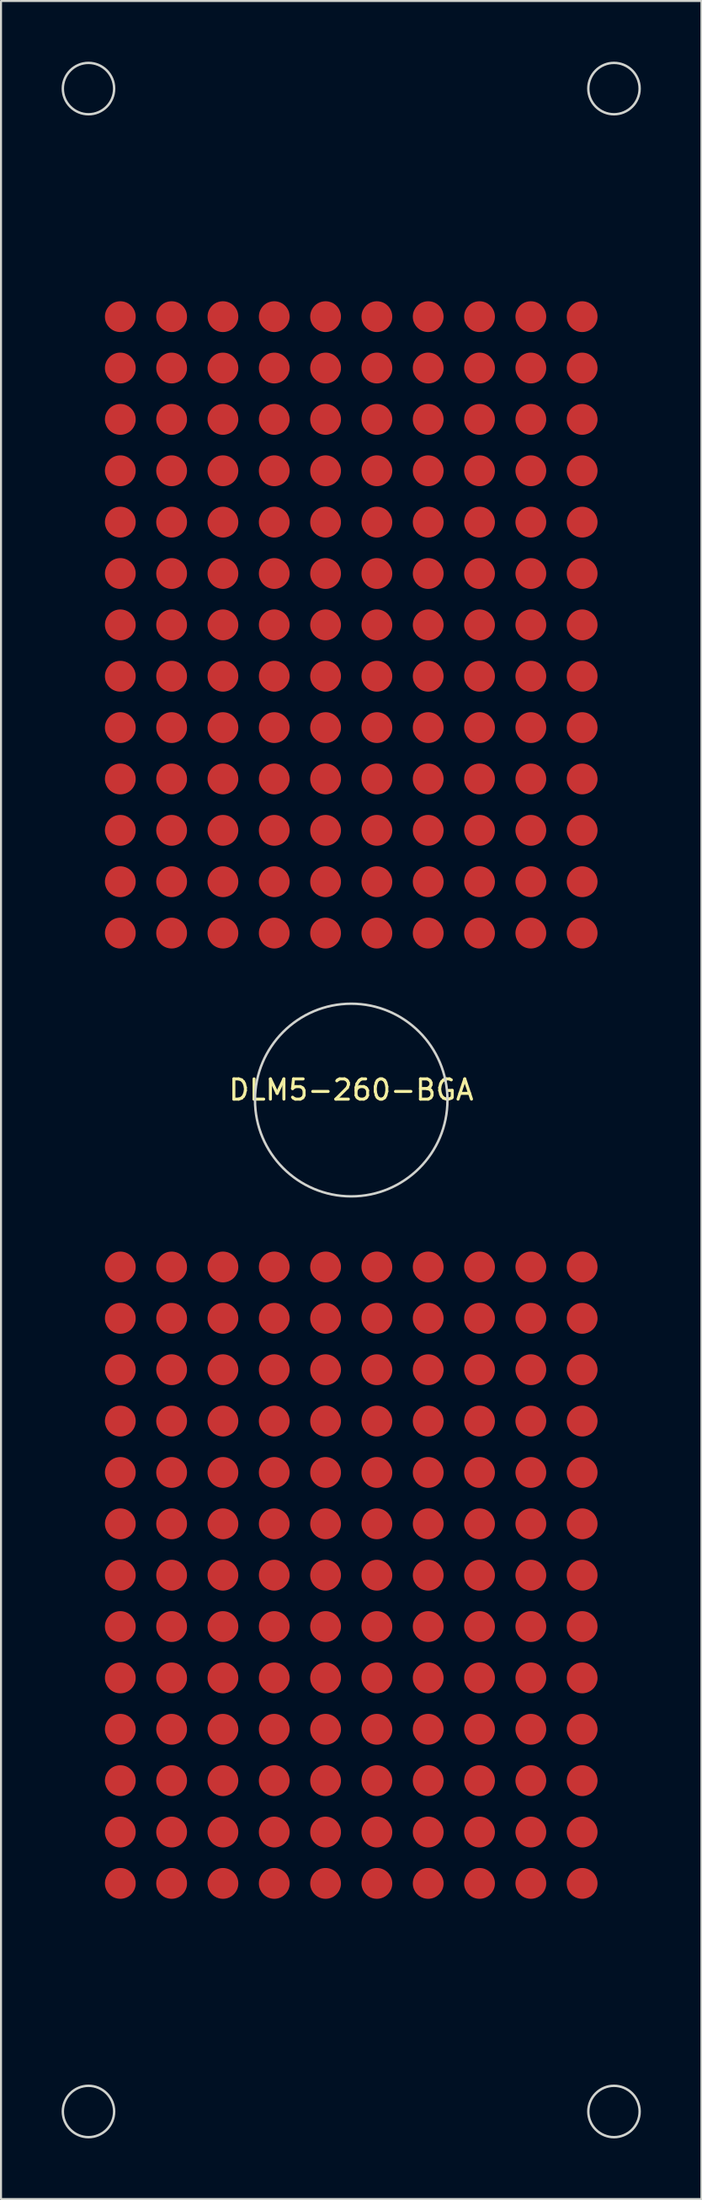
<source format=kicad_pcb>
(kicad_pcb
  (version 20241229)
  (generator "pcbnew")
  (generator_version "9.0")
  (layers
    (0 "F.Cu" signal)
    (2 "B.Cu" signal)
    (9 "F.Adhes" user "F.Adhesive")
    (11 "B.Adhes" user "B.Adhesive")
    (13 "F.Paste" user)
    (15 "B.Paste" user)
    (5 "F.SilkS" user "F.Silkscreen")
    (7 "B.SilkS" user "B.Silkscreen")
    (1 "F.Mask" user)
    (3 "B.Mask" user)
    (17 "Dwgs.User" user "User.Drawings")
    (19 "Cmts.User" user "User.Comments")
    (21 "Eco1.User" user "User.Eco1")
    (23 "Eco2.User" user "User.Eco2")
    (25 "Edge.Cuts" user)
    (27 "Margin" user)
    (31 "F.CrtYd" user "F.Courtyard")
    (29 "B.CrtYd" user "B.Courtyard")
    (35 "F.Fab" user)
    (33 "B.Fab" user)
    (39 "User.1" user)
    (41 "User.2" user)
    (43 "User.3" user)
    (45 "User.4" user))
  (footprint "DLM5-260-BGA"
    (layer "F.Cu")
    (at 14.335 51.343)
    (property "Reference" "DLM5-260-BGA" (at 0 -0.5 0) (unlocked yes) (layer "F.SilkS") (effects (font (size 1 1) (thickness 0.15))))
    (attr through_hole)
    (fp_circle (center -13.005 -50.013) (end -11.735 -50.013) (stroke (width 0.12) (type solid)) (fill no) (layer "Edge.Cuts"))
    (fp_circle (center -13.005 50.013) (end -11.735 50.013) (stroke (width 0.12) (type solid)) (fill no) (layer "Edge.Cuts"))
    (fp_circle (center 0 0) (end 4.763 0) (stroke (width 0.12) (type solid)) (fill no) (layer "Edge.Cuts"))
    (fp_circle (center 13.005 -50.013) (end 14.275 -50.013) (stroke (width 0.12) (type solid)) (fill no) (layer "Edge.Cuts"))
    (fp_circle (center 13.005 50.013) (end 14.275 50.013) (stroke (width 0.12) (type solid)) (fill no) (layer "Edge.Cuts"))
    (pad "1" smd circle (at -11.43 -38.735) (size 1.524 1.524) (layers "F.Cu" "F.Mask" "F.Paste"))
    (pad "2" smd circle (at -8.89 -38.735) (size 1.524 1.524) (layers "F.Cu" "F.Mask" "F.Paste"))
    (pad "3" smd circle (at -6.35 -38.735) (size 1.524 1.524) (layers "F.Cu" "F.Mask" "F.Paste"))
    (pad "4" smd circle (at -3.81 -38.735) (size 1.524 1.524) (layers "F.Cu" "F.Mask" "F.Paste"))
    (pad "5" smd circle (at -1.27 -38.735) (size 1.524 1.524) (layers "F.Cu" "F.Mask" "F.Paste"))
    (pad "6" smd circle (at 1.27 -38.735) (size 1.524 1.524) (layers "F.Cu" "F.Mask" "F.Paste"))
    (pad "7" smd circle (at 3.81 -38.735) (size 1.524 1.524) (layers "F.Cu" "F.Mask" "F.Paste"))
    (pad "8" smd circle (at 6.35 -38.735) (size 1.524 1.524) (layers "F.Cu" "F.Mask" "F.Paste"))
    (pad "9" smd circle (at 8.89 -38.735) (size 1.524 1.524) (layers "F.Cu" "F.Mask" "F.Paste"))
    (pad "10" smd circle (at 11.43 -38.735) (size 1.524 1.524) (layers "F.Cu" "F.Mask" "F.Paste"))
    (pad "11" smd circle (at -11.43 -36.195) (size 1.524 1.524) (layers "F.Cu" "F.Mask" "F.Paste"))
    (pad "12" smd circle (at -8.89 -36.195) (size 1.524 1.524) (layers "F.Cu" "F.Mask" "F.Paste"))
    (pad "13" smd circle (at -6.35 -36.195) (size 1.524 1.524) (layers "F.Cu" "F.Mask" "F.Paste"))
    (pad "14" smd circle (at -3.81 -36.195) (size 1.524 1.524) (layers "F.Cu" "F.Mask" "F.Paste"))
    (pad "15" smd circle (at -1.27 -36.195) (size 1.524 1.524) (layers "F.Cu" "F.Mask" "F.Paste"))
    (pad "16" smd circle (at 1.27 -36.195) (size 1.524 1.524) (layers "F.Cu" "F.Mask" "F.Paste"))
    (pad "17" smd circle (at 3.81 -36.195) (size 1.524 1.524) (layers "F.Cu" "F.Mask" "F.Paste"))
    (pad "18" smd circle (at 6.35 -36.195) (size 1.524 1.524) (layers "F.Cu" "F.Mask" "F.Paste"))
    (pad "19" smd circle (at 8.89 -36.195) (size 1.524 1.524) (layers "F.Cu" "F.Mask" "F.Paste"))
    (pad "20" smd circle (at 11.43 -36.195) (size 1.524 1.524) (layers "F.Cu" "F.Mask" "F.Paste"))
    (pad "21" smd circle (at -11.43 -33.655) (size 1.524 1.524) (layers "F.Cu" "F.Mask" "F.Paste"))
    (pad "22" smd circle (at -8.89 -33.655) (size 1.524 1.524) (layers "F.Cu" "F.Mask" "F.Paste"))
    (pad "23" smd circle (at -6.35 -33.655) (size 1.524 1.524) (layers "F.Cu" "F.Mask" "F.Paste"))
    (pad "24" smd circle (at -3.81 -33.655) (size 1.524 1.524) (layers "F.Cu" "F.Mask" "F.Paste"))
    (pad "25" smd circle (at -1.27 -33.655) (size 1.524 1.524) (layers "F.Cu" "F.Mask" "F.Paste"))
    (pad "26" smd circle (at 1.27 -33.655) (size 1.524 1.524) (layers "F.Cu" "F.Mask" "F.Paste"))
    (pad "27" smd circle (at 3.81 -33.655) (size 1.524 1.524) (layers "F.Cu" "F.Mask" "F.Paste"))
    (pad "28" smd circle (at 6.35 -33.655) (size 1.524 1.524) (layers "F.Cu" "F.Mask" "F.Paste"))
    (pad "29" smd circle (at 8.89 -33.655) (size 1.524 1.524) (layers "F.Cu" "F.Mask" "F.Paste"))
    (pad "30" smd circle (at 11.43 -33.655) (size 1.524 1.524) (layers "F.Cu" "F.Mask" "F.Paste"))
    (pad "31" smd circle (at -11.43 -31.115) (size 1.524 1.524) (layers "F.Cu" "F.Mask" "F.Paste"))
    (pad "32" smd circle (at -8.89 -31.115) (size 1.524 1.524) (layers "F.Cu" "F.Mask" "F.Paste"))
    (pad "33" smd circle (at -6.35 -31.115) (size 1.524 1.524) (layers "F.Cu" "F.Mask" "F.Paste"))
    (pad "34" smd circle (at -3.81 -31.115) (size 1.524 1.524) (layers "F.Cu" "F.Mask" "F.Paste"))
    (pad "35" smd circle (at -1.27 -31.115) (size 1.524 1.524) (layers "F.Cu" "F.Mask" "F.Paste"))
    (pad "36" smd circle (at 1.27 -31.115) (size 1.524 1.524) (layers "F.Cu" "F.Mask" "F.Paste"))
    (pad "37" smd circle (at 3.81 -31.115) (size 1.524 1.524) (layers "F.Cu" "F.Mask" "F.Paste"))
    (pad "38" smd circle (at 6.35 -31.115) (size 1.524 1.524) (layers "F.Cu" "F.Mask" "F.Paste"))
    (pad "39" smd circle (at 8.89 -31.115) (size 1.524 1.524) (layers "F.Cu" "F.Mask" "F.Paste"))
    (pad "40" smd circle (at 11.43 -31.115) (size 1.524 1.524) (layers "F.Cu" "F.Mask" "F.Paste"))
    (pad "41" smd circle (at -11.43 -28.575) (size 1.524 1.524) (layers "F.Cu" "F.Mask" "F.Paste"))
    (pad "42" smd circle (at -8.89 -28.575) (size 1.524 1.524) (layers "F.Cu" "F.Mask" "F.Paste"))
    (pad "43" smd circle (at -6.35 -28.575) (size 1.524 1.524) (layers "F.Cu" "F.Mask" "F.Paste"))
    (pad "44" smd circle (at -3.81 -28.575) (size 1.524 1.524) (layers "F.Cu" "F.Mask" "F.Paste"))
    (pad "45" smd circle (at -1.27 -28.575) (size 1.524 1.524) (layers "F.Cu" "F.Mask" "F.Paste"))
    (pad "46" smd circle (at 1.27 -28.575) (size 1.524 1.524) (layers "F.Cu" "F.Mask" "F.Paste"))
    (pad "47" smd circle (at 3.81 -28.575) (size 1.524 1.524) (layers "F.Cu" "F.Mask" "F.Paste"))
    (pad "48" smd circle (at 6.35 -28.575) (size 1.524 1.524) (layers "F.Cu" "F.Mask" "F.Paste"))
    (pad "49" smd circle (at 8.89 -28.575) (size 1.524 1.524) (layers "F.Cu" "F.Mask" "F.Paste"))
    (pad "50" smd circle (at 11.43 -28.575) (size 1.524 1.524) (layers "F.Cu" "F.Mask" "F.Paste"))
    (pad "51" smd circle (at -11.43 -26.035) (size 1.524 1.524) (layers "F.Cu" "F.Mask" "F.Paste"))
    (pad "52" smd circle (at -8.89 -26.035) (size 1.524 1.524) (layers "F.Cu" "F.Mask" "F.Paste"))
    (pad "53" smd circle (at -6.35 -26.035) (size 1.524 1.524) (layers "F.Cu" "F.Mask" "F.Paste"))
    (pad "54" smd circle (at -3.81 -26.035) (size 1.524 1.524) (layers "F.Cu" "F.Mask" "F.Paste"))
    (pad "55" smd circle (at -1.27 -26.035) (size 1.524 1.524) (layers "F.Cu" "F.Mask" "F.Paste"))
    (pad "56" smd circle (at 1.27 -26.035) (size 1.524 1.524) (layers "F.Cu" "F.Mask" "F.Paste"))
    (pad "57" smd circle (at 3.81 -26.035) (size 1.524 1.524) (layers "F.Cu" "F.Mask" "F.Paste"))
    (pad "58" smd circle (at 6.35 -26.035) (size 1.524 1.524) (layers "F.Cu" "F.Mask" "F.Paste"))
    (pad "59" smd circle (at 8.89 -26.035) (size 1.524 1.524) (layers "F.Cu" "F.Mask" "F.Paste"))
    (pad "60" smd circle (at 11.43 -26.035) (size 1.524 1.524) (layers "F.Cu" "F.Mask" "F.Paste"))
    (pad "61" smd circle (at -11.43 -23.495) (size 1.524 1.524) (layers "F.Cu" "F.Mask" "F.Paste"))
    (pad "62" smd circle (at -8.89 -23.495) (size 1.524 1.524) (layers "F.Cu" "F.Mask" "F.Paste"))
    (pad "63" smd circle (at -6.35 -23.495) (size 1.524 1.524) (layers "F.Cu" "F.Mask" "F.Paste"))
    (pad "64" smd circle (at -3.81 -23.495) (size 1.524 1.524) (layers "F.Cu" "F.Mask" "F.Paste"))
    (pad "65" smd circle (at -1.27 -23.495) (size 1.524 1.524) (layers "F.Cu" "F.Mask" "F.Paste"))
    (pad "66" smd circle (at 1.27 -23.495) (size 1.524 1.524) (layers "F.Cu" "F.Mask" "F.Paste"))
    (pad "67" smd circle (at 3.81 -23.495) (size 1.524 1.524) (layers "F.Cu" "F.Mask" "F.Paste"))
    (pad "68" smd circle (at 6.35 -23.495) (size 1.524 1.524) (layers "F.Cu" "F.Mask" "F.Paste"))
    (pad "69" smd circle (at 8.89 -23.495) (size 1.524 1.524) (layers "F.Cu" "F.Mask" "F.Paste"))
    (pad "70" smd circle (at 11.43 -23.495) (size 1.524 1.524) (layers "F.Cu" "F.Mask" "F.Paste"))
    (pad "71" smd circle (at -11.43 -20.955) (size 1.524 1.524) (layers "F.Cu" "F.Mask" "F.Paste"))
    (pad "72" smd circle (at -8.89 -20.955) (size 1.524 1.524) (layers "F.Cu" "F.Mask" "F.Paste"))
    (pad "73" smd circle (at -6.35 -20.955) (size 1.524 1.524) (layers "F.Cu" "F.Mask" "F.Paste"))
    (pad "74" smd circle (at -3.81 -20.955) (size 1.524 1.524) (layers "F.Cu" "F.Mask" "F.Paste"))
    (pad "75" smd circle (at -1.27 -20.955) (size 1.524 1.524) (layers "F.Cu" "F.Mask" "F.Paste"))
    (pad "76" smd circle (at 1.27 -20.955) (size 1.524 1.524) (layers "F.Cu" "F.Mask" "F.Paste"))
    (pad "77" smd circle (at 3.81 -20.955) (size 1.524 1.524) (layers "F.Cu" "F.Mask" "F.Paste"))
    (pad "78" smd circle (at 6.35 -20.955) (size 1.524 1.524) (layers "F.Cu" "F.Mask" "F.Paste"))
    (pad "79" smd circle (at 8.89 -20.955) (size 1.524 1.524) (layers "F.Cu" "F.Mask" "F.Paste"))
    (pad "80" smd circle (at 11.43 -20.955) (size 1.524 1.524) (layers "F.Cu" "F.Mask" "F.Paste"))
    (pad "81" smd circle (at -11.43 -18.415) (size 1.524 1.524) (layers "F.Cu" "F.Mask" "F.Paste"))
    (pad "82" smd circle (at -8.89 -18.415) (size 1.524 1.524) (layers "F.Cu" "F.Mask" "F.Paste"))
    (pad "83" smd circle (at -6.35 -18.415) (size 1.524 1.524) (layers "F.Cu" "F.Mask" "F.Paste"))
    (pad "84" smd circle (at -3.81 -18.415) (size 1.524 1.524) (layers "F.Cu" "F.Mask" "F.Paste"))
    (pad "85" smd circle (at -1.27 -18.415) (size 1.524 1.524) (layers "F.Cu" "F.Mask" "F.Paste"))
    (pad "86" smd circle (at 1.27 -18.415) (size 1.524 1.524) (layers "F.Cu" "F.Mask" "F.Paste"))
    (pad "87" smd circle (at 3.81 -18.415) (size 1.524 1.524) (layers "F.Cu" "F.Mask" "F.Paste"))
    (pad "88" smd circle (at 6.35 -18.415) (size 1.524 1.524) (layers "F.Cu" "F.Mask" "F.Paste"))
    (pad "89" smd circle (at 8.89 -18.415) (size 1.524 1.524) (layers "F.Cu" "F.Mask" "F.Paste"))
    (pad "90" smd circle (at 11.43 -18.415) (size 1.524 1.524) (layers "F.Cu" "F.Mask" "F.Paste"))
    (pad "91" smd circle (at -11.43 -15.875) (size 1.524 1.524) (layers "F.Cu" "F.Mask" "F.Paste"))
    (pad "92" smd circle (at -8.89 -15.875) (size 1.524 1.524) (layers "F.Cu" "F.Mask" "F.Paste"))
    (pad "93" smd circle (at -6.35 -15.875) (size 1.524 1.524) (layers "F.Cu" "F.Mask" "F.Paste"))
    (pad "94" smd circle (at -3.81 -15.875) (size 1.524 1.524) (layers "F.Cu" "F.Mask" "F.Paste"))
    (pad "95" smd circle (at -1.27 -15.875) (size 1.524 1.524) (layers "F.Cu" "F.Mask" "F.Paste"))
    (pad "96" smd circle (at 1.27 -15.875) (size 1.524 1.524) (layers "F.Cu" "F.Mask" "F.Paste"))
    (pad "97" smd circle (at 3.81 -15.875) (size 1.524 1.524) (layers "F.Cu" "F.Mask" "F.Paste"))
    (pad "98" smd circle (at 6.35 -15.875) (size 1.524 1.524) (layers "F.Cu" "F.Mask" "F.Paste"))
    (pad "99" smd circle (at 8.89 -15.875) (size 1.524 1.524) (layers "F.Cu" "F.Mask" "F.Paste"))
    (pad "100" smd circle (at 11.43 -15.875) (size 1.524 1.524) (layers "F.Cu" "F.Mask" "F.Paste"))
    (pad "101" smd circle (at -11.43 -13.335) (size 1.524 1.524) (layers "F.Cu" "F.Mask" "F.Paste"))
    (pad "102" smd circle (at -8.89 -13.335) (size 1.524 1.524) (layers "F.Cu" "F.Mask" "F.Paste"))
    (pad "103" smd circle (at -6.35 -13.335) (size 1.524 1.524) (layers "F.Cu" "F.Mask" "F.Paste"))
    (pad "104" smd circle (at -3.81 -13.335) (size 1.524 1.524) (layers "F.Cu" "F.Mask" "F.Paste"))
    (pad "105" smd circle (at -1.27 -13.335) (size 1.524 1.524) (layers "F.Cu" "F.Mask" "F.Paste"))
    (pad "106" smd circle (at 1.27 -13.335) (size 1.524 1.524) (layers "F.Cu" "F.Mask" "F.Paste"))
    (pad "107" smd circle (at 3.81 -13.335) (size 1.524 1.524) (layers "F.Cu" "F.Mask" "F.Paste"))
    (pad "108" smd circle (at 6.35 -13.335) (size 1.524 1.524) (layers "F.Cu" "F.Mask" "F.Paste"))
    (pad "109" smd circle (at 8.89 -13.335) (size 1.524 1.524) (layers "F.Cu" "F.Mask" "F.Paste"))
    (pad "110" smd circle (at 11.43 -13.335) (size 1.524 1.524) (layers "F.Cu" "F.Mask" "F.Paste"))
    (pad "111" smd circle (at -11.43 -10.795) (size 1.524 1.524) (layers "F.Cu" "F.Mask" "F.Paste"))
    (pad "112" smd circle (at -8.89 -10.795) (size 1.524 1.524) (layers "F.Cu" "F.Mask" "F.Paste"))
    (pad "113" smd circle (at -6.35 -10.795) (size 1.524 1.524) (layers "F.Cu" "F.Mask" "F.Paste"))
    (pad "114" smd circle (at -3.81 -10.795) (size 1.524 1.524) (layers "F.Cu" "F.Mask" "F.Paste"))
    (pad "115" smd circle (at -1.27 -10.795) (size 1.524 1.524) (layers "F.Cu" "F.Mask" "F.Paste"))
    (pad "116" smd circle (at 1.27 -10.795) (size 1.524 1.524) (layers "F.Cu" "F.Mask" "F.Paste"))
    (pad "117" smd circle (at 3.81 -10.795) (size 1.524 1.524) (layers "F.Cu" "F.Mask" "F.Paste"))
    (pad "118" smd circle (at 6.35 -10.795) (size 1.524 1.524) (layers "F.Cu" "F.Mask" "F.Paste"))
    (pad "119" smd circle (at 8.89 -10.795) (size 1.524 1.524) (layers "F.Cu" "F.Mask" "F.Paste"))
    (pad "120" smd circle (at 11.43 -10.795) (size 1.524 1.524) (layers "F.Cu" "F.Mask" "F.Paste"))
    (pad "121" smd circle (at -11.43 -8.255) (size 1.524 1.524) (layers "F.Cu" "F.Mask" "F.Paste"))
    (pad "122" smd circle (at -8.89 -8.255) (size 1.524 1.524) (layers "F.Cu" "F.Mask" "F.Paste"))
    (pad "123" smd circle (at -6.35 -8.255) (size 1.524 1.524) (layers "F.Cu" "F.Mask" "F.Paste"))
    (pad "124" smd circle (at -3.81 -8.255) (size 1.524 1.524) (layers "F.Cu" "F.Mask" "F.Paste"))
    (pad "125" smd circle (at -1.27 -8.255) (size 1.524 1.524) (layers "F.Cu" "F.Mask" "F.Paste"))
    (pad "126" smd circle (at 1.27 -8.255) (size 1.524 1.524) (layers "F.Cu" "F.Mask" "F.Paste"))
    (pad "127" smd circle (at 3.81 -8.255) (size 1.524 1.524) (layers "F.Cu" "F.Mask" "F.Paste"))
    (pad "128" smd circle (at 6.35 -8.255) (size 1.524 1.524) (layers "F.Cu" "F.Mask" "F.Paste"))
    (pad "129" smd circle (at 8.89 -8.255) (size 1.524 1.524) (layers "F.Cu" "F.Mask" "F.Paste"))
    (pad "130" smd circle (at 11.43 -8.255) (size 1.524 1.524) (layers "F.Cu" "F.Mask" "F.Paste"))
    (pad "131" smd circle (at -11.43 8.255) (size 1.524 1.524) (layers "F.Cu" "F.Mask" "F.Paste"))
    (pad "132" smd circle (at -8.89 8.255) (size 1.524 1.524) (layers "F.Cu" "F.Mask" "F.Paste"))
    (pad "133" smd circle (at -6.35 8.255) (size 1.524 1.524) (layers "F.Cu" "F.Mask" "F.Paste"))
    (pad "134" smd circle (at -3.81 8.255) (size 1.524 1.524) (layers "F.Cu" "F.Mask" "F.Paste"))
    (pad "135" smd circle (at -1.27 8.255) (size 1.524 1.524) (layers "F.Cu" "F.Mask" "F.Paste"))
    (pad "136" smd circle (at 1.27 8.255) (size 1.524 1.524) (layers "F.Cu" "F.Mask" "F.Paste"))
    (pad "137" smd circle (at 3.81 8.255) (size 1.524 1.524) (layers "F.Cu" "F.Mask" "F.Paste"))
    (pad "138" smd circle (at 6.35 8.255) (size 1.524 1.524) (layers "F.Cu" "F.Mask" "F.Paste"))
    (pad "139" smd circle (at 8.89 8.255) (size 1.524 1.524) (layers "F.Cu" "F.Mask" "F.Paste"))
    (pad "140" smd circle (at 11.43 8.255) (size 1.524 1.524) (layers "F.Cu" "F.Mask" "F.Paste"))
    (pad "141" smd circle (at -11.43 10.795) (size 1.524 1.524) (layers "F.Cu" "F.Mask" "F.Paste"))
    (pad "142" smd circle (at -8.89 10.795) (size 1.524 1.524) (layers "F.Cu" "F.Mask" "F.Paste"))
    (pad "143" smd circle (at -6.35 10.795) (size 1.524 1.524) (layers "F.Cu" "F.Mask" "F.Paste"))
    (pad "144" smd circle (at -3.81 10.795) (size 1.524 1.524) (layers "F.Cu" "F.Mask" "F.Paste"))
    (pad "145" smd circle (at -1.27 10.795) (size 1.524 1.524) (layers "F.Cu" "F.Mask" "F.Paste"))
    (pad "146" smd circle (at 1.27 10.795) (size 1.524 1.524) (layers "F.Cu" "F.Mask" "F.Paste"))
    (pad "147" smd circle (at 3.81 10.795) (size 1.524 1.524) (layers "F.Cu" "F.Mask" "F.Paste"))
    (pad "148" smd circle (at 6.35 10.795) (size 1.524 1.524) (layers "F.Cu" "F.Mask" "F.Paste"))
    (pad "149" smd circle (at 8.89 10.795) (size 1.524 1.524) (layers "F.Cu" "F.Mask" "F.Paste"))
    (pad "150" smd circle (at 11.43 10.795) (size 1.524 1.524) (layers "F.Cu" "F.Mask" "F.Paste"))
    (pad "151" smd circle (at -11.43 13.335) (size 1.524 1.524) (layers "F.Cu" "F.Mask" "F.Paste"))
    (pad "152" smd circle (at -8.89 13.335) (size 1.524 1.524) (layers "F.Cu" "F.Mask" "F.Paste"))
    (pad "153" smd circle (at -6.35 13.335) (size 1.524 1.524) (layers "F.Cu" "F.Mask" "F.Paste"))
    (pad "154" smd circle (at -3.81 13.335) (size 1.524 1.524) (layers "F.Cu" "F.Mask" "F.Paste"))
    (pad "155" smd circle (at -1.27 13.335) (size 1.524 1.524) (layers "F.Cu" "F.Mask" "F.Paste"))
    (pad "156" smd circle (at 1.27 13.335) (size 1.524 1.524) (layers "F.Cu" "F.Mask" "F.Paste"))
    (pad "157" smd circle (at 3.81 13.335) (size 1.524 1.524) (layers "F.Cu" "F.Mask" "F.Paste"))
    (pad "158" smd circle (at 6.35 13.335) (size 1.524 1.524) (layers "F.Cu" "F.Mask" "F.Paste"))
    (pad "159" smd circle (at 8.89 13.335) (size 1.524 1.524) (layers "F.Cu" "F.Mask" "F.Paste"))
    (pad "160" smd circle (at 11.43 13.335) (size 1.524 1.524) (layers "F.Cu" "F.Mask" "F.Paste"))
    (pad "161" smd circle (at -11.43 15.875) (size 1.524 1.524) (layers "F.Cu" "F.Mask" "F.Paste"))
    (pad "162" smd circle (at -8.89 15.875) (size 1.524 1.524) (layers "F.Cu" "F.Mask" "F.Paste"))
    (pad "163" smd circle (at -6.35 15.875) (size 1.524 1.524) (layers "F.Cu" "F.Mask" "F.Paste"))
    (pad "164" smd circle (at -3.81 15.875) (size 1.524 1.524) (layers "F.Cu" "F.Mask" "F.Paste"))
    (pad "165" smd circle (at -1.27 15.875) (size 1.524 1.524) (layers "F.Cu" "F.Mask" "F.Paste"))
    (pad "166" smd circle (at 1.27 15.875) (size 1.524 1.524) (layers "F.Cu" "F.Mask" "F.Paste"))
    (pad "167" smd circle (at 3.81 15.875) (size 1.524 1.524) (layers "F.Cu" "F.Mask" "F.Paste"))
    (pad "168" smd circle (at 6.35 15.875) (size 1.524 1.524) (layers "F.Cu" "F.Mask" "F.Paste"))
    (pad "169" smd circle (at 8.89 15.875) (size 1.524 1.524) (layers "F.Cu" "F.Mask" "F.Paste"))
    (pad "170" smd circle (at 11.43 15.875) (size 1.524 1.524) (layers "F.Cu" "F.Mask" "F.Paste"))
    (pad "171" smd circle (at -11.43 18.415) (size 1.524 1.524) (layers "F.Cu" "F.Mask" "F.Paste"))
    (pad "172" smd circle (at -8.89 18.415) (size 1.524 1.524) (layers "F.Cu" "F.Mask" "F.Paste"))
    (pad "173" smd circle (at -6.35 18.415) (size 1.524 1.524) (layers "F.Cu" "F.Mask" "F.Paste"))
    (pad "174" smd circle (at -3.81 18.415) (size 1.524 1.524) (layers "F.Cu" "F.Mask" "F.Paste"))
    (pad "175" smd circle (at -1.27 18.415) (size 1.524 1.524) (layers "F.Cu" "F.Mask" "F.Paste"))
    (pad "176" smd circle (at 1.27 18.415) (size 1.524 1.524) (layers "F.Cu" "F.Mask" "F.Paste"))
    (pad "177" smd circle (at 3.81 18.415) (size 1.524 1.524) (layers "F.Cu" "F.Mask" "F.Paste"))
    (pad "178" smd circle (at 6.35 18.415) (size 1.524 1.524) (layers "F.Cu" "F.Mask" "F.Paste"))
    (pad "179" smd circle (at 8.89 18.415) (size 1.524 1.524) (layers "F.Cu" "F.Mask" "F.Paste"))
    (pad "180" smd circle (at 11.43 18.415) (size 1.524 1.524) (layers "F.Cu" "F.Mask" "F.Paste"))
    (pad "181" smd circle (at -11.43 20.955) (size 1.524 1.524) (layers "F.Cu" "F.Mask" "F.Paste"))
    (pad "182" smd circle (at -8.89 20.955) (size 1.524 1.524) (layers "F.Cu" "F.Mask" "F.Paste"))
    (pad "183" smd circle (at -6.35 20.955) (size 1.524 1.524) (layers "F.Cu" "F.Mask" "F.Paste"))
    (pad "184" smd circle (at -3.81 20.955) (size 1.524 1.524) (layers "F.Cu" "F.Mask" "F.Paste"))
    (pad "185" smd circle (at -1.27 20.955) (size 1.524 1.524) (layers "F.Cu" "F.Mask" "F.Paste"))
    (pad "186" smd circle (at 1.27 20.955) (size 1.524 1.524) (layers "F.Cu" "F.Mask" "F.Paste"))
    (pad "187" smd circle (at 3.81 20.955) (size 1.524 1.524) (layers "F.Cu" "F.Mask" "F.Paste"))
    (pad "188" smd circle (at 6.35 20.955) (size 1.524 1.524) (layers "F.Cu" "F.Mask" "F.Paste"))
    (pad "189" smd circle (at 8.89 20.955) (size 1.524 1.524) (layers "F.Cu" "F.Mask" "F.Paste"))
    (pad "190" smd circle (at 11.43 20.955) (size 1.524 1.524) (layers "F.Cu" "F.Mask" "F.Paste"))
    (pad "191" smd circle (at -11.43 23.495) (size 1.524 1.524) (layers "F.Cu" "F.Mask" "F.Paste"))
    (pad "192" smd circle (at -8.89 23.495) (size 1.524 1.524) (layers "F.Cu" "F.Mask" "F.Paste"))
    (pad "193" smd circle (at -6.35 23.495) (size 1.524 1.524) (layers "F.Cu" "F.Mask" "F.Paste"))
    (pad "194" smd circle (at -3.81 23.495) (size 1.524 1.524) (layers "F.Cu" "F.Mask" "F.Paste"))
    (pad "195" smd circle (at -1.27 23.495) (size 1.524 1.524) (layers "F.Cu" "F.Mask" "F.Paste"))
    (pad "196" smd circle (at 1.27 23.495) (size 1.524 1.524) (layers "F.Cu" "F.Mask" "F.Paste"))
    (pad "197" smd circle (at 3.81 23.495) (size 1.524 1.524) (layers "F.Cu" "F.Mask" "F.Paste"))
    (pad "198" smd circle (at 6.35 23.495) (size 1.524 1.524) (layers "F.Cu" "F.Mask" "F.Paste"))
    (pad "199" smd circle (at 8.89 23.495) (size 1.524 1.524) (layers "F.Cu" "F.Mask" "F.Paste"))
    (pad "200" smd circle (at 11.43 23.495) (size 1.524 1.524) (layers "F.Cu" "F.Mask" "F.Paste"))
    (pad "201" smd circle (at -11.43 26.035) (size 1.524 1.524) (layers "F.Cu" "F.Mask" "F.Paste"))
    (pad "202" smd circle (at -8.89 26.035) (size 1.524 1.524) (layers "F.Cu" "F.Mask" "F.Paste"))
    (pad "203" smd circle (at -6.35 26.035) (size 1.524 1.524) (layers "F.Cu" "F.Mask" "F.Paste"))
    (pad "204" smd circle (at -3.81 26.035) (size 1.524 1.524) (layers "F.Cu" "F.Mask" "F.Paste"))
    (pad "205" smd circle (at -1.27 26.035) (size 1.524 1.524) (layers "F.Cu" "F.Mask" "F.Paste"))
    (pad "206" smd circle (at 1.27 26.035) (size 1.524 1.524) (layers "F.Cu" "F.Mask" "F.Paste"))
    (pad "207" smd circle (at 3.81 26.035) (size 1.524 1.524) (layers "F.Cu" "F.Mask" "F.Paste"))
    (pad "208" smd circle (at 6.35 26.035) (size 1.524 1.524) (layers "F.Cu" "F.Mask" "F.Paste"))
    (pad "209" smd circle (at 8.89 26.035) (size 1.524 1.524) (layers "F.Cu" "F.Mask" "F.Paste"))
    (pad "210" smd circle (at 11.43 26.035) (size 1.524 1.524) (layers "F.Cu" "F.Mask" "F.Paste"))
    (pad "211" smd circle (at -11.43 28.575) (size 1.524 1.524) (layers "F.Cu" "F.Mask" "F.Paste"))
    (pad "212" smd circle (at -8.89 28.575) (size 1.524 1.524) (layers "F.Cu" "F.Mask" "F.Paste"))
    (pad "213" smd circle (at -6.35 28.575) (size 1.524 1.524) (layers "F.Cu" "F.Mask" "F.Paste"))
    (pad "214" smd circle (at -3.81 28.575) (size 1.524 1.524) (layers "F.Cu" "F.Mask" "F.Paste"))
    (pad "215" smd circle (at -1.27 28.575) (size 1.524 1.524) (layers "F.Cu" "F.Mask" "F.Paste"))
    (pad "216" smd circle (at 1.27 28.575) (size 1.524 1.524) (layers "F.Cu" "F.Mask" "F.Paste"))
    (pad "217" smd circle (at 3.81 28.575) (size 1.524 1.524) (layers "F.Cu" "F.Mask" "F.Paste"))
    (pad "218" smd circle (at 6.35 28.575) (size 1.524 1.524) (layers "F.Cu" "F.Mask" "F.Paste"))
    (pad "219" smd circle (at 8.89 28.575) (size 1.524 1.524) (layers "F.Cu" "F.Mask" "F.Paste"))
    (pad "220" smd circle (at 11.43 28.575) (size 1.524 1.524) (layers "F.Cu" "F.Mask" "F.Paste"))
    (pad "221" smd circle (at -11.43 31.115) (size 1.524 1.524) (layers "F.Cu" "F.Mask" "F.Paste"))
    (pad "222" smd circle (at -8.89 31.115) (size 1.524 1.524) (layers "F.Cu" "F.Mask" "F.Paste"))
    (pad "223" smd circle (at -6.35 31.115) (size 1.524 1.524) (layers "F.Cu" "F.Mask" "F.Paste"))
    (pad "224" smd circle (at -3.81 31.115) (size 1.524 1.524) (layers "F.Cu" "F.Mask" "F.Paste"))
    (pad "225" smd circle (at -1.27 31.115) (size 1.524 1.524) (layers "F.Cu" "F.Mask" "F.Paste"))
    (pad "226" smd circle (at 1.27 31.115) (size 1.524 1.524) (layers "F.Cu" "F.Mask" "F.Paste"))
    (pad "227" smd circle (at 3.81 31.115) (size 1.524 1.524) (layers "F.Cu" "F.Mask" "F.Paste"))
    (pad "228" smd circle (at 6.35 31.115) (size 1.524 1.524) (layers "F.Cu" "F.Mask" "F.Paste"))
    (pad "229" smd circle (at 8.89 31.115) (size 1.524 1.524) (layers "F.Cu" "F.Mask" "F.Paste"))
    (pad "230" smd circle (at 11.43 31.115) (size 1.524 1.524) (layers "F.Cu" "F.Mask" "F.Paste"))
    (pad "231" smd circle (at -11.43 33.655) (size 1.524 1.524) (layers "F.Cu" "F.Mask" "F.Paste"))
    (pad "232" smd circle (at -8.89 33.655) (size 1.524 1.524) (layers "F.Cu" "F.Mask" "F.Paste"))
    (pad "233" smd circle (at -6.35 33.655) (size 1.524 1.524) (layers "F.Cu" "F.Mask" "F.Paste"))
    (pad "234" smd circle (at -3.81 33.655) (size 1.524 1.524) (layers "F.Cu" "F.Mask" "F.Paste"))
    (pad "235" smd circle (at -1.27 33.655) (size 1.524 1.524) (layers "F.Cu" "F.Mask" "F.Paste"))
    (pad "236" smd circle (at 1.27 33.655) (size 1.524 1.524) (layers "F.Cu" "F.Mask" "F.Paste"))
    (pad "237" smd circle (at 3.81 33.655) (size 1.524 1.524) (layers "F.Cu" "F.Mask" "F.Paste"))
    (pad "238" smd circle (at 6.35 33.655) (size 1.524 1.524) (layers "F.Cu" "F.Mask" "F.Paste"))
    (pad "239" smd circle (at 8.89 33.655) (size 1.524 1.524) (layers "F.Cu" "F.Mask" "F.Paste"))
    (pad "240" smd circle (at 11.43 33.655) (size 1.524 1.524) (layers "F.Cu" "F.Mask" "F.Paste"))
    (pad "241" smd circle (at -11.43 36.195) (size 1.524 1.524) (layers "F.Cu" "F.Mask" "F.Paste"))
    (pad "242" smd circle (at -8.89 36.195) (size 1.524 1.524) (layers "F.Cu" "F.Mask" "F.Paste"))
    (pad "243" smd circle (at -6.35 36.195) (size 1.524 1.524) (layers "F.Cu" "F.Mask" "F.Paste"))
    (pad "244" smd circle (at -3.81 36.195) (size 1.524 1.524) (layers "F.Cu" "F.Mask" "F.Paste"))
    (pad "245" smd circle (at -1.27 36.195) (size 1.524 1.524) (layers "F.Cu" "F.Mask" "F.Paste"))
    (pad "246" smd circle (at 1.27 36.195) (size 1.524 1.524) (layers "F.Cu" "F.Mask" "F.Paste"))
    (pad "247" smd circle (at 3.81 36.195) (size 1.524 1.524) (layers "F.Cu" "F.Mask" "F.Paste"))
    (pad "248" smd circle (at 6.35 36.195) (size 1.524 1.524) (layers "F.Cu" "F.Mask" "F.Paste"))
    (pad "249" smd circle (at 8.89 36.195) (size 1.524 1.524) (layers "F.Cu" "F.Mask" "F.Paste"))
    (pad "250" smd circle (at 11.43 36.195) (size 1.524 1.524) (layers "F.Cu" "F.Mask" "F.Paste"))
    (pad "251" smd circle (at -11.43 38.735) (size 1.524 1.524) (layers "F.Cu" "F.Mask" "F.Paste"))
    (pad "252" smd circle (at -8.89 38.735) (size 1.524 1.524) (layers "F.Cu" "F.Mask" "F.Paste"))
    (pad "253" smd circle (at -6.35 38.735) (size 1.524 1.524) (layers "F.Cu" "F.Mask" "F.Paste"))
    (pad "254" smd circle (at -3.81 38.735) (size 1.524 1.524) (layers "F.Cu" "F.Mask" "F.Paste"))
    (pad "255" smd circle (at -1.27 38.735) (size 1.524 1.524) (layers "F.Cu" "F.Mask" "F.Paste"))
    (pad "256" smd circle (at 1.27 38.735) (size 1.524 1.524) (layers "F.Cu" "F.Mask" "F.Paste"))
    (pad "257" smd circle (at 3.81 38.735) (size 1.524 1.524) (layers "F.Cu" "F.Mask" "F.Paste"))
    (pad "258" smd circle (at 6.35 38.735) (size 1.524 1.524) (layers "F.Cu" "F.Mask" "F.Paste"))
    (pad "259" smd circle (at 8.89 38.735) (size 1.524 1.524) (layers "F.Cu" "F.Mask" "F.Paste"))
    (pad "260" smd circle (at 11.43 38.735) (size 1.524 1.524) (layers "F.Cu" "F.Mask" "F.Paste")))
  (gr_rect
    (start -3 -3)
    (end 31.67 105.685)
    (stroke (width 0.1) (type default))
    (fill no)
    (layer "Edge.Cuts")))
</source>
